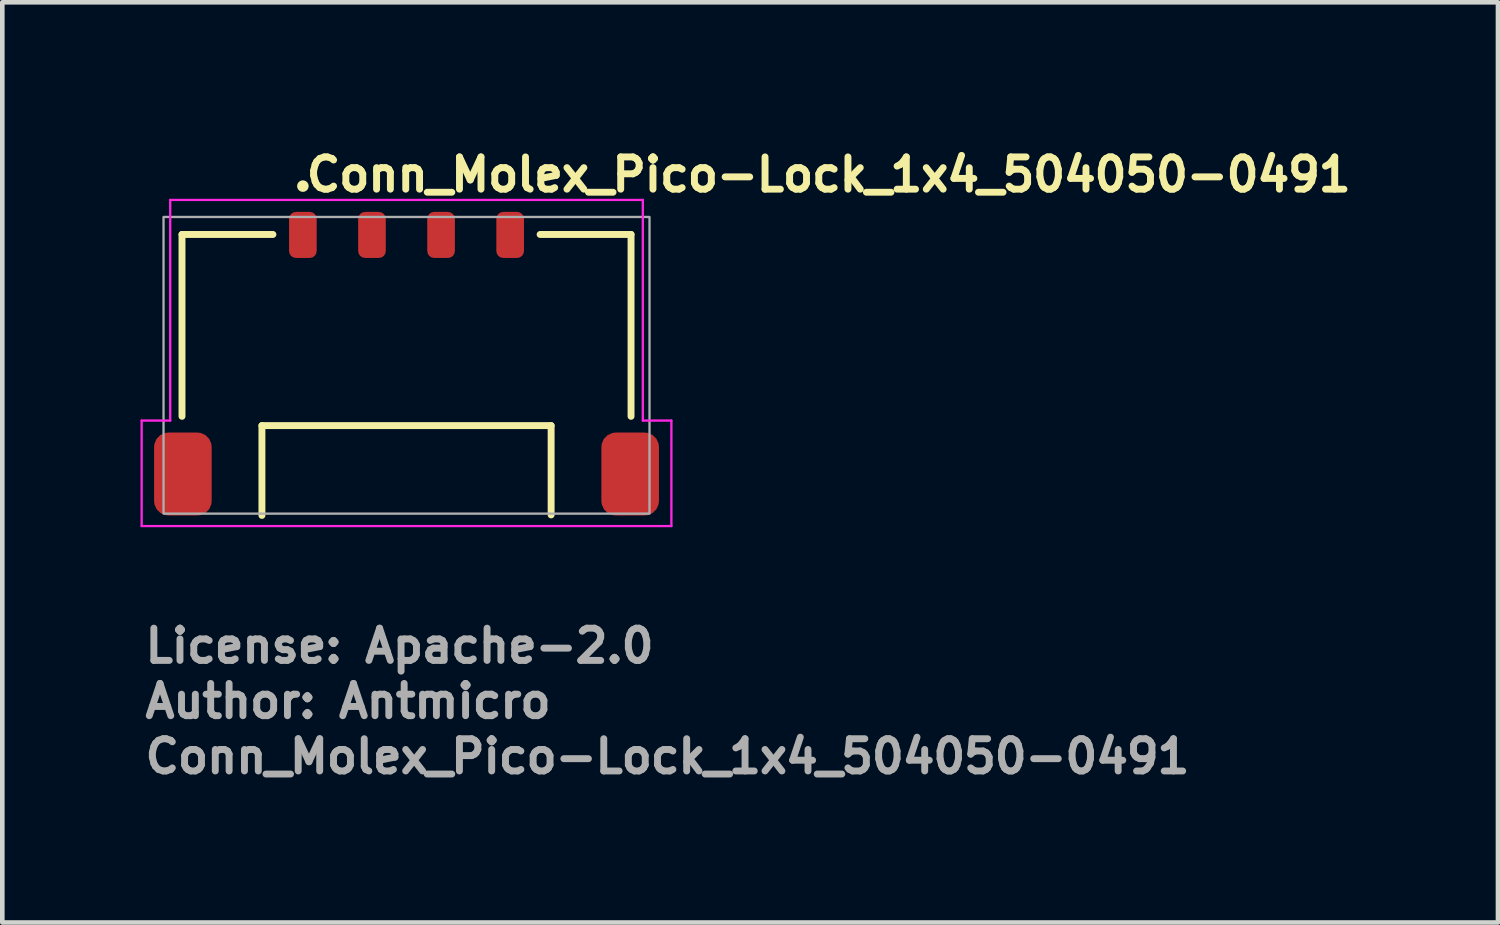
<source format=kicad_pcb>
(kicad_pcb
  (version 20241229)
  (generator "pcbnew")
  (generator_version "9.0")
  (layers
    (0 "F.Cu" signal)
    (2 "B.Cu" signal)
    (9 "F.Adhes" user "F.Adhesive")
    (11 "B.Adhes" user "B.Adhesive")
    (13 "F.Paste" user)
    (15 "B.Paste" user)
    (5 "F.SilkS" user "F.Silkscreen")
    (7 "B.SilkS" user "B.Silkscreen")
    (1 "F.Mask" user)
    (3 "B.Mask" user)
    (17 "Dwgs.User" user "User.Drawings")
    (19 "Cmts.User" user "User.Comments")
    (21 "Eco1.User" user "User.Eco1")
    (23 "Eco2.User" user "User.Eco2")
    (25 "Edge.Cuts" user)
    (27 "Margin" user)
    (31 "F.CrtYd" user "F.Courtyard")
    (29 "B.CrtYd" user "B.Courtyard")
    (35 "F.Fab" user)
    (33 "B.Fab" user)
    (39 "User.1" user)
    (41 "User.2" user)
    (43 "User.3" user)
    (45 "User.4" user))
  (footprint "Conn_Molex_Pico-Lock_1x4_504050-0491"
    (layer "F.Cu")
    (at 5.775 4.88)
    (property "Reference" "Conn_Molex_Pico-Lock_1x4_504050-0491" (at -2.249 -3.73 0) (layer "F.SilkS") (effects (font (size 0.7 0.7) (thickness 0.15)) (justify left bottom)))
    (attr smd)
    (fp_line (start -4.874 -2.84) (end -2.9 -2.84) (stroke (width 0.15) (type solid)) (layer "F.SilkS"))
    (fp_line (start -4.874 1.108) (end -4.874 -2.84) (stroke (width 0.15) (type solid)) (layer "F.SilkS"))
    (fp_line (start -3.139 3.259) (end -3.139 1.309) (stroke (width 0.15) (type solid)) (layer "F.SilkS"))
    (fp_line (start 3.139 1.309) (end -3.139 1.309) (stroke (width 0.15) (type solid)) (layer "F.SilkS"))
    (fp_line (start 3.139 1.309) (end 3.139 3.248) (stroke (width 0.15) (type solid)) (layer "F.SilkS"))
    (fp_line (start 4.874 -2.84) (end 2.9 -2.84) (stroke (width 0.15) (type solid)) (layer "F.SilkS"))
    (fp_line (start 4.874 -2.84) (end 4.874 1.108) (stroke (width 0.15) (type solid)) (layer "F.SilkS"))
    (fp_circle (center -2.25 -3.89) (end -2.2 -3.89) (stroke (width 0.15) (type solid)) (fill yes) (layer "F.SilkS"))
    (fp_line (start -5.75 1.2) (end -5.13 1.2) (stroke (width 0.05) (type solid)) (layer "F.CrtYd"))
    (fp_line (start -5.75 3.49) (end -5.75 1.2) (stroke (width 0.05) (type solid)) (layer "F.CrtYd"))
    (fp_line (start -5.13 -3.59) (end 5.13 -3.59) (stroke (width 0.05) (type solid)) (layer "F.CrtYd"))
    (fp_line (start -5.13 1.2) (end -5.13 -3.59) (stroke (width 0.05) (type solid)) (layer "F.CrtYd"))
    (fp_line (start 5.13 -3.59) (end 5.13 1.2) (stroke (width 0.05) (type solid)) (layer "F.CrtYd"))
    (fp_line (start 5.75 1.2) (end 5.13 1.2) (stroke (width 0.05) (type solid)) (layer "F.CrtYd"))
    (fp_line (start 5.75 1.2) (end 5.75 3.49) (stroke (width 0.05) (type solid)) (layer "F.CrtYd"))
    (fp_line (start 5.75 3.49) (end -5.75 3.49) (stroke (width 0.05) (type solid)) (layer "F.CrtYd"))
    (fp_rect (start -5.275 -3.22) (end 5.275 3.22) (stroke (width 0.05) (type default)) (fill no) (layer "F.Fab"))
    (fp_rect (start -5.275 -3.22) (end 5.275 3.22) (stroke (width 0.1) (type solid)) (fill no) (layer "User.5"))
    (fp_line (start -5.275 1.57) (end -4.875 1.57) (stroke (width 0.02) (type solid)) (layer "User.9"))
    (fp_line (start -5.275 3.07) (end -5.275 1.57) (stroke (width 0.02) (type solid)) (layer "User.9"))
    (fp_line (start -5.275 3.07) (end -4.875 3.07) (stroke (width 0.02) (type solid)) (layer "User.9"))
    (fp_line (start -4.875 -2.88) (end -4.875 3.22) (stroke (width 0.02) (type solid)) (layer "User.9"))
    (fp_line (start -3.425 -0.08) (end -3.425 3.22) (stroke (width 0.02) (type solid)) (layer "User.9"))
    (fp_line (start -3.425 3.22) (end -4.875 3.22) (stroke (width 0.02) (type solid)) (layer "User.9"))
    (fp_line (start -3.175 -0.08) (end -3.175 2.92) (stroke (width 0.02) (type solid)) (layer "User.9"))
    (fp_line (start -3.175 1.02) (end -2.925 1.02) (stroke (width 0.02) (type solid)) (layer "User.9"))
    (fp_line (start -3.175 2.92) (end -3.425 2.92) (stroke (width 0.02) (type solid)) (layer "User.9"))
    (fp_line (start -2.925 -0.08) (end -3.425 -0.08) (stroke (width 0.02) (type solid)) (layer "User.9"))
    (fp_line (start -2.925 1.22) (end -2.925 -0.08) (stroke (width 0.02) (type solid)) (layer "User.9"))
    (fp_line (start -2.555 0.36) (end -2.305 0.86) (stroke (width 0.02) (type solid)) (layer "User.9"))
    (fp_line (start -2.4 -3.22) (end -2.4 -2.89) (stroke (width 0.02) (type solid)) (layer "User.9"))
    (fp_line (start -2.4 -2.89) (end -2.4 -2.889) (stroke (width 0.02) (type solid)) (layer "User.9"))
    (fp_line (start -2.4 -2.889) (end -2.4 -2.889) (stroke (width 0.02) (type solid)) (layer "User.9"))
    (fp_line (start -2.4 -2.889) (end -2.4 -2.888) (stroke (width 0.02) (type solid)) (layer "User.9"))
    (fp_line (start -2.4 -2.888) (end -2.4 -2.887) (stroke (width 0.02) (type solid)) (layer "User.9"))
    (fp_line (start -2.4 -2.887) (end -2.4 -2.886) (stroke (width 0.02) (type solid)) (layer "User.9"))
    (fp_line (start -2.4 -2.886) (end -2.4 -2.886) (stroke (width 0.02) (type solid)) (layer "User.9"))
    (fp_line (start -2.4 -2.886) (end -2.4 -2.885) (stroke (width 0.02) (type solid)) (layer "User.9"))
    (fp_line (start -2.4 -2.885) (end -2.4 -2.884) (stroke (width 0.02) (type solid)) (layer "User.9"))
    (fp_line (start -2.4 -2.884) (end -2.4 -2.884) (stroke (width 0.02) (type solid)) (layer "User.9"))
    (fp_line (start -2.4 -2.884) (end -2.4 -2.883) (stroke (width 0.02) (type solid)) (layer "User.9"))
    (fp_line (start -2.4 -2.883) (end -2.4 -2.882) (stroke (width 0.02) (type solid)) (layer "User.9"))
    (fp_line (start -2.4 -2.882) (end -2.4 -2.881) (stroke (width 0.02) (type solid)) (layer "User.9"))
    (fp_line (start -2.4 -2.881) (end -2.4 -2.881) (stroke (width 0.02) (type solid)) (layer "User.9"))
    (fp_line (start -2.4 -2.881) (end -2.4 -2.88) (stroke (width 0.02) (type solid)) (layer "User.9"))
    (fp_line (start -2.305 0.86) (end -2.055 0.36) (stroke (width 0.02) (type solid)) (layer "User.9"))
    (fp_line (start -2.1 -3.22) (end -2.4 -3.22) (stroke (width 0.02) (type solid)) (layer "User.9"))
    (fp_line (start -2.1 -3.22) (end -2.1 -2.89) (stroke (width 0.02) (type solid)) (layer "User.9"))
    (fp_line (start -2.1 -2.89) (end -2.4 -2.89) (stroke (width 0.02) (type solid)) (layer "User.9"))
    (fp_line (start -2.1 -2.89) (end -2.1 -2.889) (stroke (width 0.02) (type solid)) (layer "User.9"))
    (fp_line (start -2.1 -2.889) (end -2.1 -2.889) (stroke (width 0.02) (type solid)) (layer "User.9"))
    (fp_line (start -2.1 -2.889) (end -2.1 -2.888) (stroke (width 0.02) (type solid)) (layer "User.9"))
    (fp_line (start -2.1 -2.888) (end -2.1 -2.887) (stroke (width 0.02) (type solid)) (layer "User.9"))
    (fp_line (start -2.1 -2.887) (end -2.1 -2.886) (stroke (width 0.02) (type solid)) (layer "User.9"))
    (fp_line (start -2.1 -2.886) (end -2.1 -2.886) (stroke (width 0.02) (type solid)) (layer "User.9"))
    (fp_line (start -2.1 -2.886) (end -2.1 -2.885) (stroke (width 0.02) (type solid)) (layer "User.9"))
    (fp_line (start -2.1 -2.885) (end -2.1 -2.884) (stroke (width 0.02) (type solid)) (layer "User.9"))
    (fp_line (start -2.1 -2.884) (end -2.1 -2.884) (stroke (width 0.02) (type solid)) (layer "User.9"))
    (fp_line (start -2.1 -2.884) (end -2.1 -2.883) (stroke (width 0.02) (type solid)) (layer "User.9"))
    (fp_line (start -2.1 -2.883) (end -2.1 -2.882) (stroke (width 0.02) (type solid)) (layer "User.9"))
    (fp_line (start -2.1 -2.882) (end -2.1 -2.881) (stroke (width 0.02) (type solid)) (layer "User.9"))
    (fp_line (start -2.1 -2.881) (end -2.1 -2.881) (stroke (width 0.02) (type solid)) (layer "User.9"))
    (fp_line (start -2.1 -2.881) (end -2.1 -2.88) (stroke (width 0.02) (type solid)) (layer "User.9"))
    (fp_line (start -2.055 0.36) (end -2.555 0.36) (stroke (width 0.02) (type solid)) (layer "User.9"))
    (fp_line (start -0.9 -3.22) (end -0.9 -2.89) (stroke (width 0.02) (type solid)) (layer "User.9"))
    (fp_line (start -0.9 -2.89) (end -0.9 -2.889) (stroke (width 0.02) (type solid)) (layer "User.9"))
    (fp_line (start -0.9 -2.889) (end -0.9 -2.889) (stroke (width 0.02) (type solid)) (layer "User.9"))
    (fp_line (start -0.9 -2.889) (end -0.9 -2.888) (stroke (width 0.02) (type solid)) (layer "User.9"))
    (fp_line (start -0.9 -2.888) (end -0.9 -2.887) (stroke (width 0.02) (type solid)) (layer "User.9"))
    (fp_line (start -0.9 -2.887) (end -0.9 -2.886) (stroke (width 0.02) (type solid)) (layer "User.9"))
    (fp_line (start -0.9 -2.886) (end -0.9 -2.886) (stroke (width 0.02) (type solid)) (layer "User.9"))
    (fp_line (start -0.9 -2.886) (end -0.9 -2.885) (stroke (width 0.02) (type solid)) (layer "User.9"))
    (fp_line (start -0.9 -2.885) (end -0.9 -2.884) (stroke (width 0.02) (type solid)) (layer "User.9"))
    (fp_line (start -0.9 -2.884) (end -0.9 -2.884) (stroke (width 0.02) (type solid)) (layer "User.9"))
    (fp_line (start -0.9 -2.884) (end -0.9 -2.883) (stroke (width 0.02) (type solid)) (layer "User.9"))
    (fp_line (start -0.9 -2.883) (end -0.9 -2.882) (stroke (width 0.02) (type solid)) (layer "User.9"))
    (fp_line (start -0.9 -2.882) (end -0.9 -2.881) (stroke (width 0.02) (type solid)) (layer "User.9"))
    (fp_line (start -0.9 -2.881) (end -0.9 -2.881) (stroke (width 0.02) (type solid)) (layer "User.9"))
    (fp_line (start -0.9 -2.881) (end -0.9 -2.88) (stroke (width 0.02) (type solid)) (layer "User.9"))
    (fp_line (start -0.6 -3.22) (end -0.9 -3.22) (stroke (width 0.02) (type solid)) (layer "User.9"))
    (fp_line (start -0.6 -3.22) (end -0.6 -2.89) (stroke (width 0.02) (type solid)) (layer "User.9"))
    (fp_line (start -0.6 -2.89) (end -0.9 -2.89) (stroke (width 0.02) (type solid)) (layer "User.9"))
    (fp_line (start -0.6 -2.89) (end -0.6 -2.889) (stroke (width 0.02) (type solid)) (layer "User.9"))
    (fp_line (start -0.6 -2.889) (end -0.6 -2.889) (stroke (width 0.02) (type solid)) (layer "User.9"))
    (fp_line (start -0.6 -2.889) (end -0.6 -2.888) (stroke (width 0.02) (type solid)) (layer "User.9"))
    (fp_line (start -0.6 -2.888) (end -0.6 -2.887) (stroke (width 0.02) (type solid)) (layer "User.9"))
    (fp_line (start -0.6 -2.887) (end -0.6 -2.886) (stroke (width 0.02) (type solid)) (layer "User.9"))
    (fp_line (start -0.6 -2.886) (end -0.6 -2.886) (stroke (width 0.02) (type solid)) (layer "User.9"))
    (fp_line (start -0.6 -2.886) (end -0.6 -2.885) (stroke (width 0.02) (type solid)) (layer "User.9"))
    (fp_line (start -0.6 -2.885) (end -0.6 -2.884) (stroke (width 0.02) (type solid)) (layer "User.9"))
    (fp_line (start -0.6 -2.884) (end -0.6 -2.884) (stroke (width 0.02) (type solid)) (layer "User.9"))
    (fp_line (start -0.6 -2.884) (end -0.6 -2.883) (stroke (width 0.02) (type solid)) (layer "User.9"))
    (fp_line (start -0.6 -2.883) (end -0.6 -2.882) (stroke (width 0.02) (type solid)) (layer "User.9"))
    (fp_line (start -0.6 -2.882) (end -0.6 -2.881) (stroke (width 0.02) (type solid)) (layer "User.9"))
    (fp_line (start -0.6 -2.881) (end -0.6 -2.881) (stroke (width 0.02) (type solid)) (layer "User.9"))
    (fp_line (start -0.6 -2.881) (end -0.6 -2.88) (stroke (width 0.02) (type solid)) (layer "User.9"))
    (fp_line (start -0.3 -0.48) (end -0.3 0.42) (stroke (width 0.02) (type solid)) (layer "User.9"))
    (fp_line (start -0.3 0.42) (end 0.3 0.42) (stroke (width 0.02) (type solid)) (layer "User.9"))
    (fp_line (start 0.3 -0.48) (end -0.3 -0.48) (stroke (width 0.02) (type solid)) (layer "User.9"))
    (fp_line (start 0.3 0.42) (end 0.3 -0.48) (stroke (width 0.02) (type solid)) (layer "User.9"))
    (fp_line (start 0.6 -3.22) (end 0.6 -2.89) (stroke (width 0.02) (type solid)) (layer "User.9"))
    (fp_line (start 0.6 -2.89) (end 0.6 -2.889) (stroke (width 0.02) (type solid)) (layer "User.9"))
    (fp_line (start 0.6 -2.889) (end 0.6 -2.889) (stroke (width 0.02) (type solid)) (layer "User.9"))
    (fp_line (start 0.6 -2.889) (end 0.6 -2.888) (stroke (width 0.02) (type solid)) (layer "User.9"))
    (fp_line (start 0.6 -2.888) (end 0.6 -2.887) (stroke (width 0.02) (type solid)) (layer "User.9"))
    (fp_line (start 0.6 -2.887) (end 0.6 -2.886) (stroke (width 0.02) (type solid)) (layer "User.9"))
    (fp_line (start 0.6 -2.886) (end 0.6 -2.886) (stroke (width 0.02) (type solid)) (layer "User.9"))
    (fp_line (start 0.6 -2.886) (end 0.6 -2.885) (stroke (width 0.02) (type solid)) (layer "User.9"))
    (fp_line (start 0.6 -2.885) (end 0.6 -2.884) (stroke (width 0.02) (type solid)) (layer "User.9"))
    (fp_line (start 0.6 -2.884) (end 0.6 -2.884) (stroke (width 0.02) (type solid)) (layer "User.9"))
    (fp_line (start 0.6 -2.884) (end 0.6 -2.883) (stroke (width 0.02) (type solid)) (layer "User.9"))
    (fp_line (start 0.6 -2.883) (end 0.6 -2.882) (stroke (width 0.02) (type solid)) (layer "User.9"))
    (fp_line (start 0.6 -2.882) (end 0.6 -2.881) (stroke (width 0.02) (type solid)) (layer "User.9"))
    (fp_line (start 0.6 -2.881) (end 0.6 -2.881) (stroke (width 0.02) (type solid)) (layer "User.9"))
    (fp_line (start 0.6 -2.881) (end 0.6 -2.88) (stroke (width 0.02) (type solid)) (layer "User.9"))
    (fp_line (start 0.9 -3.22) (end 0.6 -3.22) (stroke (width 0.02) (type solid)) (layer "User.9"))
    (fp_line (start 0.9 -3.22) (end 0.9 -2.89) (stroke (width 0.02) (type solid)) (layer "User.9"))
    (fp_line (start 0.9 -2.89) (end 0.6 -2.89) (stroke (width 0.02) (type solid)) (layer "User.9"))
    (fp_line (start 0.9 -2.89) (end 0.9 -2.889) (stroke (width 0.02) (type solid)) (layer "User.9"))
    (fp_line (start 0.9 -2.889) (end 0.9 -2.889) (stroke (width 0.02) (type solid)) (layer "User.9"))
    (fp_line (start 0.9 -2.889) (end 0.9 -2.888) (stroke (width 0.02) (type solid)) (layer "User.9"))
    (fp_line (start 0.9 -2.888) (end 0.9 -2.887) (stroke (width 0.02) (type solid)) (layer "User.9"))
    (fp_line (start 0.9 -2.887) (end 0.9 -2.886) (stroke (width 0.02) (type solid)) (layer "User.9"))
    (fp_line (start 0.9 -2.886) (end 0.9 -2.886) (stroke (width 0.02) (type solid)) (layer "User.9"))
    (fp_line (start 0.9 -2.886) (end 0.9 -2.885) (stroke (width 0.02) (type solid)) (layer "User.9"))
    (fp_line (start 0.9 -2.885) (end 0.9 -2.884) (stroke (width 0.02) (type solid)) (layer "User.9"))
    (fp_line (start 0.9 -2.884) (end 0.9 -2.884) (stroke (width 0.02) (type solid)) (layer "User.9"))
    (fp_line (start 0.9 -2.884) (end 0.9 -2.883) (stroke (width 0.02) (type solid)) (layer "User.9"))
    (fp_line (start 0.9 -2.883) (end 0.9 -2.882) (stroke (width 0.02) (type solid)) (layer "User.9"))
    (fp_line (start 0.9 -2.882) (end 0.9 -2.881) (stroke (width 0.02) (type solid)) (layer "User.9"))
    (fp_line (start 0.9 -2.881) (end 0.9 -2.881) (stroke (width 0.02) (type solid)) (layer "User.9"))
    (fp_line (start 0.9 -2.881) (end 0.9 -2.88) (stroke (width 0.02) (type solid)) (layer "User.9"))
    (fp_line (start 2.1 -3.22) (end 2.1 -2.89) (stroke (width 0.02) (type solid)) (layer "User.9"))
    (fp_line (start 2.1 -2.89) (end 2.1 -2.889) (stroke (width 0.02) (type solid)) (layer "User.9"))
    (fp_line (start 2.1 -2.889) (end 2.1 -2.889) (stroke (width 0.02) (type solid)) (layer "User.9"))
    (fp_line (start 2.1 -2.889) (end 2.1 -2.888) (stroke (width 0.02) (type solid)) (layer "User.9"))
    (fp_line (start 2.1 -2.888) (end 2.1 -2.887) (stroke (width 0.02) (type solid)) (layer "User.9"))
    (fp_line (start 2.1 -2.887) (end 2.1 -2.886) (stroke (width 0.02) (type solid)) (layer "User.9"))
    (fp_line (start 2.1 -2.886) (end 2.1 -2.886) (stroke (width 0.02) (type solid)) (layer "User.9"))
    (fp_line (start 2.1 -2.886) (end 2.1 -2.885) (stroke (width 0.02) (type solid)) (layer "User.9"))
    (fp_line (start 2.1 -2.885) (end 2.1 -2.884) (stroke (width 0.02) (type solid)) (layer "User.9"))
    (fp_line (start 2.1 -2.884) (end 2.1 -2.884) (stroke (width 0.02) (type solid)) (layer "User.9"))
    (fp_line (start 2.1 -2.884) (end 2.1 -2.883) (stroke (width 0.02) (type solid)) (layer "User.9"))
    (fp_line (start 2.1 -2.883) (end 2.1 -2.882) (stroke (width 0.02) (type solid)) (layer "User.9"))
    (fp_line (start 2.1 -2.882) (end 2.1 -2.881) (stroke (width 0.02) (type solid)) (layer "User.9"))
    (fp_line (start 2.1 -2.881) (end 2.1 -2.881) (stroke (width 0.02) (type solid)) (layer "User.9"))
    (fp_line (start 2.1 -2.881) (end 2.1 -2.88) (stroke (width 0.02) (type solid)) (layer "User.9"))
    (fp_line (start 2.4 -3.22) (end 2.1 -3.22) (stroke (width 0.02) (type solid)) (layer "User.9"))
    (fp_line (start 2.4 -3.22) (end 2.4 -2.89) (stroke (width 0.02) (type solid)) (layer "User.9"))
    (fp_line (start 2.4 -2.89) (end 2.1 -2.89) (stroke (width 0.02) (type solid)) (layer "User.9"))
    (fp_line (start 2.4 -2.89) (end 2.4 -2.889) (stroke (width 0.02) (type solid)) (layer "User.9"))
    (fp_line (start 2.4 -2.889) (end 2.4 -2.889) (stroke (width 0.02) (type solid)) (layer "User.9"))
    (fp_line (start 2.4 -2.889) (end 2.4 -2.888) (stroke (width 0.02) (type solid)) (layer "User.9"))
    (fp_line (start 2.4 -2.888) (end 2.4 -2.887) (stroke (width 0.02) (type solid)) (layer "User.9"))
    (fp_line (start 2.4 -2.887) (end 2.4 -2.886) (stroke (width 0.02) (type solid)) (layer "User.9"))
    (fp_line (start 2.4 -2.886) (end 2.4 -2.886) (stroke (width 0.02) (type solid)) (layer "User.9"))
    (fp_line (start 2.4 -2.886) (end 2.4 -2.885) (stroke (width 0.02) (type solid)) (layer "User.9"))
    (fp_line (start 2.4 -2.885) (end 2.4 -2.884) (stroke (width 0.02) (type solid)) (layer "User.9"))
    (fp_line (start 2.4 -2.884) (end 2.4 -2.884) (stroke (width 0.02) (type solid)) (layer "User.9"))
    (fp_line (start 2.4 -2.884) (end 2.4 -2.883) (stroke (width 0.02) (type solid)) (layer "User.9"))
    (fp_line (start 2.4 -2.883) (end 2.4 -2.882) (stroke (width 0.02) (type solid)) (layer "User.9"))
    (fp_line (start 2.4 -2.882) (end 2.4 -2.881) (stroke (width 0.02) (type solid)) (layer "User.9"))
    (fp_line (start 2.4 -2.881) (end 2.4 -2.881) (stroke (width 0.02) (type solid)) (layer "User.9"))
    (fp_line (start 2.4 -2.881) (end 2.4 -2.88) (stroke (width 0.02) (type solid)) (layer "User.9"))
    (fp_line (start 2.925 -0.08) (end 2.925 1.22) (stroke (width 0.02) (type solid)) (layer "User.9"))
    (fp_line (start 2.925 1.02) (end 3.175 1.02) (stroke (width 0.02) (type solid)) (layer "User.9"))
    (fp_line (start 2.925 1.22) (end -2.925 1.22) (stroke (width 0.02) (type solid)) (layer "User.9"))
    (fp_line (start 3.175 2.92) (end 3.175 -0.08) (stroke (width 0.02) (type solid)) (layer "User.9"))
    (fp_line (start 3.425 -0.08) (end 2.925 -0.08) (stroke (width 0.02) (type solid)) (layer "User.9"))
    (fp_line (start 3.425 2.92) (end 3.175 2.92) (stroke (width 0.02) (type solid)) (layer "User.9"))
    (fp_line (start 3.425 3.22) (end 3.425 -0.08) (stroke (width 0.02) (type solid)) (layer "User.9"))
    (fp_line (start 4.875 -2.88) (end -4.875 -2.88) (stroke (width 0.02) (type solid)) (layer "User.9"))
    (fp_line (start 4.875 -2.88) (end 4.875 3.22) (stroke (width 0.02) (type solid)) (layer "User.9"))
    (fp_line (start 4.875 3.22) (end 3.425 3.22) (stroke (width 0.02) (type solid)) (layer "User.9"))
    (fp_line (start 5.275 1.57) (end 4.875 1.57) (stroke (width 0.02) (type solid)) (layer "User.9"))
    (fp_line (start 5.275 3.07) (end 4.875 3.07) (stroke (width 0.02) (type solid)) (layer "User.9"))
    (fp_line (start 5.275 3.07) (end 5.275 1.57) (stroke (width 0.02) (type solid)) (layer "User.9"))
    (fp_text user "License: Apache-2.0" (at -5.75 6.5 0) (layer "F.Fab") (effects (font (size 0.7 0.7) (thickness 0.15)) (justify left bottom)))
    (fp_text user "Author: Antmicro" (at -5.75 7.7 0) (layer "F.Fab") (effects (font (size 0.7 0.7) (thickness 0.15)) (justify left bottom)))
    (fp_text user "${REFERENCE}" (at -5.75 8.9 0) (layer "F.Fab") (effects (font (size 0.7 0.7) (thickness 0.15)) (justify left bottom)))
    (pad "1" smd roundrect (at -2.25 -2.83) (size 0.6 1) (layers "F.Cu" "F.Mask" "F.Paste") (roundrect_rratio 0.25))
    (pad "2" smd roundrect (at -0.75 -2.83) (size 0.6 1) (layers "F.Cu" "F.Mask" "F.Paste") (roundrect_rratio 0.25))
    (pad "3" smd roundrect (at 0.75 -2.83) (size 0.6 1) (layers "F.Cu" "F.Mask" "F.Paste") (roundrect_rratio 0.25))
    (pad "4" smd roundrect (at 2.25 -2.83) (size 0.6 1) (layers "F.Cu" "F.Mask" "F.Paste") (roundrect_rratio 0.25))
    (pad "MP" smd roundrect (at -4.855 2.36) (size 1.25 1.8) (layers "F.Cu" "F.Mask" "F.Paste") (roundrect_rratio 0.25))
    (pad "MP" smd roundrect (at 4.855 2.36) (size 1.25 1.8) (layers "F.Cu" "F.Mask" "F.Paste") (roundrect_rratio 0.25)))
  (gr_rect
    (start -3 -3)
    (end 29.469 16.976)
    (stroke (width 0.1) (type default))
    (fill no)
    (layer "Edge.Cuts")))
</source>
